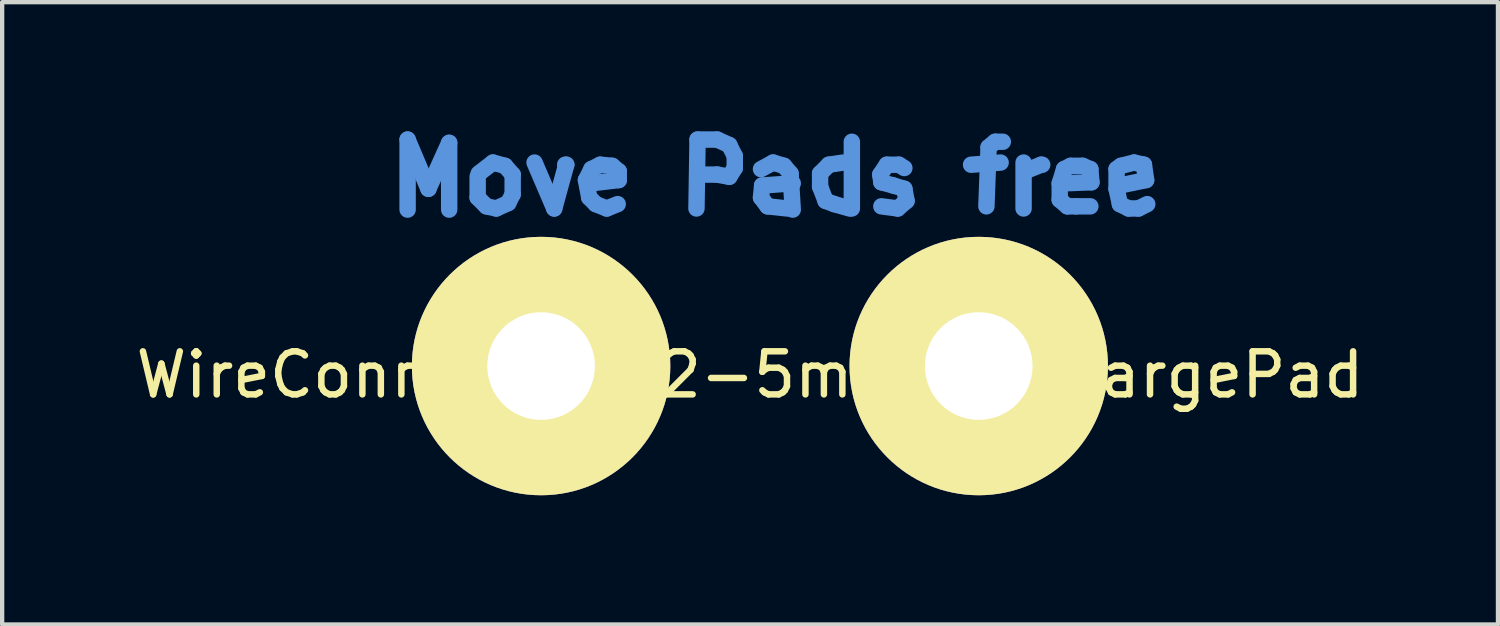
<source format=kicad_pcb>
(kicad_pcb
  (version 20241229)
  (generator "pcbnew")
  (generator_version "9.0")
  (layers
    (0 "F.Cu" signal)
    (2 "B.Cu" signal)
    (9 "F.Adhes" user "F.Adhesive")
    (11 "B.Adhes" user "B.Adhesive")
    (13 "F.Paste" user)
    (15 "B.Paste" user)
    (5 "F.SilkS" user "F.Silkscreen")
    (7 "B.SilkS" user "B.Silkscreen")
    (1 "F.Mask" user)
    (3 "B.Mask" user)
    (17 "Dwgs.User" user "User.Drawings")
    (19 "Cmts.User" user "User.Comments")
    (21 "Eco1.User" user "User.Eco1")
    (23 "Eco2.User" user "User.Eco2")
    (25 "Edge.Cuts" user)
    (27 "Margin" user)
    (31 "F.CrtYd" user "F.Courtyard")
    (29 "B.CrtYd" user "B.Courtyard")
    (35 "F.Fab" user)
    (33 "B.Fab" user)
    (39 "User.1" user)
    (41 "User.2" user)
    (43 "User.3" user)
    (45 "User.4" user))
  (footprint "WireConnection_2-5mmDrill_largePad"
    (layer "F.Cu")
    (at 14.592 5.448)
    (property "Reference" "WireConnection_2-5mmDrill_largePad" (at -0.229 0.203 0) (layer "F.SilkS") (effects (font (size 1 1) (thickness 0.15))))
    (attr through_hole)
    (fp_line (start -8.179 -5.258) (end -7.696 -4.115) (stroke (width 0.381) (type solid)) (layer "Cmts.User"))
    (fp_line (start -8.179 -3.632) (end -8.179 -5.258) (stroke (width 0.381) (type solid)) (layer "Cmts.User"))
    (fp_line (start -7.696 -4.115) (end -7.214 -5.182) (stroke (width 0.381) (type solid)) (layer "Cmts.User"))
    (fp_line (start -7.214 -5.182) (end -7.214 -3.632) (stroke (width 0.381) (type solid)) (layer "Cmts.User"))
    (fp_line (start -6.553 -4.394) (end -6.553 -3.912) (stroke (width 0.381) (type solid)) (layer "Cmts.User"))
    (fp_line (start -6.553 -3.912) (end -6.35 -3.708) (stroke (width 0.381) (type solid)) (layer "Cmts.User"))
    (fp_line (start -6.35 -3.708) (end -6.121 -3.658) (stroke (width 0.381) (type solid)) (layer "Cmts.User"))
    (fp_line (start -6.198 -4.724) (end -6.528 -4.47) (stroke (width 0.381) (type solid)) (layer "Cmts.User"))
    (fp_line (start -6.121 -3.658) (end -5.842 -3.785) (stroke (width 0.381) (type solid)) (layer "Cmts.User"))
    (fp_line (start -5.918 -4.648) (end -6.198 -4.724) (stroke (width 0.381) (type solid)) (layer "Cmts.User"))
    (fp_line (start -5.842 -3.785) (end -5.74 -3.988) (stroke (width 0.381) (type solid)) (layer "Cmts.User"))
    (fp_line (start -5.74 -4.445) (end -5.918 -4.648) (stroke (width 0.381) (type solid)) (layer "Cmts.User"))
    (fp_line (start -5.74 -3.988) (end -5.74 -4.445) (stroke (width 0.381) (type solid)) (layer "Cmts.User"))
    (fp_line (start -5.232 -4.724) (end -4.775 -3.658) (stroke (width 0.381) (type solid)) (layer "Cmts.User"))
    (fp_line (start -4.775 -3.658) (end -4.496 -4.674) (stroke (width 0.381) (type solid)) (layer "Cmts.User"))
    (fp_line (start -4.496 -4.674) (end -4.521 -4.674) (stroke (width 0.381) (type solid)) (layer "Cmts.User"))
    (fp_line (start -4.039 -4.318) (end -3.912 -4.572) (stroke (width 0.381) (type solid)) (layer "Cmts.User"))
    (fp_line (start -3.962 -3.912) (end -4.039 -4.318) (stroke (width 0.381) (type solid)) (layer "Cmts.User"))
    (fp_line (start -3.912 -4.572) (end -3.708 -4.674) (stroke (width 0.381) (type solid)) (layer "Cmts.User"))
    (fp_line (start -3.81 -3.759) (end -3.962 -3.912) (stroke (width 0.381) (type solid)) (layer "Cmts.User"))
    (fp_line (start -3.708 -4.674) (end -3.429 -4.648) (stroke (width 0.381) (type solid)) (layer "Cmts.User"))
    (fp_line (start -3.556 -3.658) (end -3.81 -3.759) (stroke (width 0.381) (type solid)) (layer "Cmts.User"))
    (fp_line (start -3.429 -4.648) (end -3.277 -4.521) (stroke (width 0.381) (type solid)) (layer "Cmts.User"))
    (fp_line (start -3.302 -3.759) (end -3.556 -3.658) (stroke (width 0.381) (type solid)) (layer "Cmts.User"))
    (fp_line (start -3.277 -4.521) (end -3.277 -4.318) (stroke (width 0.381) (type solid)) (layer "Cmts.User"))
    (fp_line (start -3.277 -4.318) (end -3.912 -4.242) (stroke (width 0.381) (type solid)) (layer "Cmts.User"))
    (fp_line (start -1.473 -3.658) (end -1.448 -5.258) (stroke (width 0.381) (type solid)) (layer "Cmts.User"))
    (fp_line (start -1.448 -5.258) (end -0.991 -5.258) (stroke (width 0.381) (type solid)) (layer "Cmts.User"))
    (fp_line (start -0.991 -5.258) (end -0.711 -5.131) (stroke (width 0.381) (type solid)) (layer "Cmts.User"))
    (fp_line (start -0.991 -4.445) (end -1.448 -4.445) (stroke (width 0.381) (type solid)) (layer "Cmts.User"))
    (fp_line (start -0.711 -5.131) (end -0.584 -4.877) (stroke (width 0.381) (type solid)) (layer "Cmts.User"))
    (fp_line (start -0.711 -4.394) (end -0.991 -4.445) (stroke (width 0.381) (type solid)) (layer "Cmts.User"))
    (fp_line (start -0.584 -4.877) (end -0.584 -4.597) (stroke (width 0.381) (type solid)) (layer "Cmts.User"))
    (fp_line (start -0.584 -4.597) (end -0.711 -4.394) (stroke (width 0.381) (type solid)) (layer "Cmts.User"))
    (fp_line (start 0.025 -4.572) (end 0.305 -4.724) (stroke (width 0.381) (type solid)) (layer "Cmts.User"))
    (fp_line (start 0.025 -3.912) (end 0.051 -4.191) (stroke (width 0.381) (type solid)) (layer "Cmts.User"))
    (fp_line (start 0.051 -4.191) (end 0.762 -4.242) (stroke (width 0.381) (type solid)) (layer "Cmts.User"))
    (fp_line (start 0.178 -3.708) (end 0.025 -3.912) (stroke (width 0.381) (type solid)) (layer "Cmts.User"))
    (fp_line (start 0.305 -4.724) (end 0.559 -4.648) (stroke (width 0.381) (type solid)) (layer "Cmts.User"))
    (fp_line (start 0.559 -4.648) (end 0.711 -4.47) (stroke (width 0.381) (type solid)) (layer "Cmts.User"))
    (fp_line (start 0.635 -3.658) (end 0.178 -3.708) (stroke (width 0.381) (type solid)) (layer "Cmts.User"))
    (fp_line (start 0.711 -4.47) (end 0.762 -3.632) (stroke (width 0.381) (type solid)) (layer "Cmts.User"))
    (fp_line (start 1.397 -4.47) (end 1.6 -4.674) (stroke (width 0.381) (type solid)) (layer "Cmts.User"))
    (fp_line (start 1.397 -4.166) (end 1.397 -4.47) (stroke (width 0.381) (type solid)) (layer "Cmts.User"))
    (fp_line (start 1.524 -3.835) (end 1.397 -4.166) (stroke (width 0.381) (type solid)) (layer "Cmts.User"))
    (fp_line (start 1.6 -4.674) (end 1.93 -4.724) (stroke (width 0.381) (type solid)) (layer "Cmts.User"))
    (fp_line (start 1.727 -3.759) (end 1.524 -3.835) (stroke (width 0.381) (type solid)) (layer "Cmts.User"))
    (fp_line (start 2.083 -3.658) (end 1.727 -3.759) (stroke (width 0.381) (type solid)) (layer "Cmts.User"))
    (fp_line (start 2.134 -5.207) (end 2.134 -3.658) (stroke (width 0.381) (type solid)) (layer "Cmts.User"))
    (fp_line (start 2.794 -4.445) (end 2.819 -4.267) (stroke (width 0.381) (type solid)) (layer "Cmts.User"))
    (fp_line (start 2.819 -4.267) (end 3.099 -4.191) (stroke (width 0.381) (type solid)) (layer "Cmts.User"))
    (fp_line (start 2.946 -4.674) (end 2.794 -4.445) (stroke (width 0.381) (type solid)) (layer "Cmts.User"))
    (fp_line (start 3.099 -4.191) (end 3.353 -4.115) (stroke (width 0.381) (type solid)) (layer "Cmts.User"))
    (fp_line (start 3.2 -3.658) (end 2.819 -3.708) (stroke (width 0.381) (type solid)) (layer "Cmts.User"))
    (fp_line (start 3.226 -4.674) (end 2.946 -4.674) (stroke (width 0.381) (type solid)) (layer "Cmts.User"))
    (fp_line (start 3.353 -4.597) (end 3.226 -4.674) (stroke (width 0.381) (type solid)) (layer "Cmts.User"))
    (fp_line (start 3.353 -4.115) (end 3.404 -3.835) (stroke (width 0.381) (type solid)) (layer "Cmts.User"))
    (fp_line (start 3.404 -3.835) (end 3.2 -3.658) (stroke (width 0.381) (type solid)) (layer "Cmts.User"))
    (fp_line (start 4.902 -4.674) (end 5.588 -4.724) (stroke (width 0.381) (type solid)) (layer "Cmts.User"))
    (fp_line (start 5.309 -5.08) (end 5.258 -3.708) (stroke (width 0.381) (type solid)) (layer "Cmts.User"))
    (fp_line (start 5.461 -5.207) (end 5.309 -5.08) (stroke (width 0.381) (type solid)) (layer "Cmts.User"))
    (fp_line (start 5.639 -5.207) (end 5.461 -5.207) (stroke (width 0.381) (type solid)) (layer "Cmts.User"))
    (fp_line (start 6.121 -4.724) (end 6.121 -3.658) (stroke (width 0.381) (type solid)) (layer "Cmts.User"))
    (fp_line (start 6.147 -4.521) (end 6.528 -4.674) (stroke (width 0.381) (type solid)) (layer "Cmts.User"))
    (fp_line (start 6.528 -4.674) (end 6.553 -4.674) (stroke (width 0.381) (type solid)) (layer "Cmts.User"))
    (fp_line (start 6.96 -4.242) (end 7.061 -4.572) (stroke (width 0.381) (type solid)) (layer "Cmts.User"))
    (fp_line (start 6.96 -3.861) (end 6.96 -4.242) (stroke (width 0.381) (type solid)) (layer "Cmts.User"))
    (fp_line (start 7.061 -4.572) (end 7.214 -4.648) (stroke (width 0.381) (type solid)) (layer "Cmts.User"))
    (fp_line (start 7.137 -3.708) (end 6.96 -3.861) (stroke (width 0.381) (type solid)) (layer "Cmts.User"))
    (fp_line (start 7.214 -4.648) (end 7.493 -4.648) (stroke (width 0.381) (type solid)) (layer "Cmts.User"))
    (fp_line (start 7.341 -3.708) (end 7.137 -3.708) (stroke (width 0.381) (type solid)) (layer "Cmts.User"))
    (fp_line (start 7.493 -4.648) (end 7.671 -4.572) (stroke (width 0.381) (type solid)) (layer "Cmts.User"))
    (fp_line (start 7.671 -4.572) (end 7.696 -4.267) (stroke (width 0.381) (type solid)) (layer "Cmts.User"))
    (fp_line (start 7.671 -3.708) (end 7.341 -3.708) (stroke (width 0.381) (type solid)) (layer "Cmts.User"))
    (fp_line (start 7.696 -4.267) (end 7.061 -4.242) (stroke (width 0.381) (type solid)) (layer "Cmts.User"))
    (fp_line (start 8.28 -4.572) (end 8.382 -4.648) (stroke (width 0.381) (type solid)) (layer "Cmts.User"))
    (fp_line (start 8.28 -4.115) (end 8.28 -4.572) (stroke (width 0.381) (type solid)) (layer "Cmts.User"))
    (fp_line (start 8.357 -4.191) (end 8.357 -4.242) (stroke (width 0.381) (type solid)) (layer "Cmts.User"))
    (fp_line (start 8.357 -3.759) (end 8.28 -4.115) (stroke (width 0.381) (type solid)) (layer "Cmts.User"))
    (fp_line (start 8.382 -4.648) (end 8.687 -4.724) (stroke (width 0.381) (type solid)) (layer "Cmts.User"))
    (fp_line (start 8.56 -3.658) (end 8.357 -3.759) (stroke (width 0.381) (type solid)) (layer "Cmts.User"))
    (fp_line (start 8.687 -4.724) (end 8.915 -4.674) (stroke (width 0.381) (type solid)) (layer "Cmts.User"))
    (fp_line (start 8.788 -3.658) (end 8.56 -3.658) (stroke (width 0.381) (type solid)) (layer "Cmts.User"))
    (fp_line (start 8.915 -4.674) (end 8.966 -4.318) (stroke (width 0.381) (type solid)) (layer "Cmts.User"))
    (fp_line (start 8.966 -4.318) (end 8.357 -4.191) (stroke (width 0.381) (type solid)) (layer "Cmts.User"))
    (fp_line (start 8.992 -3.759) (end 8.788 -3.658) (stroke (width 0.381) (type solid)) (layer "Cmts.User"))
    (pad "1" thru_hole circle (at -5.08 0) (size 5.999 5.999) (drill 2.499) (layers "*.Cu" "*.Mask" "F.SilkS"))
    (pad "2" thru_hole circle (at 5.08 0) (size 5.999 5.999) (drill 2.499) (layers "*.Cu" "*.Mask" "F.SilkS")))
  (gr_rect
    (start -3 -3)
    (end 31.726 11.448)
    (stroke (width 0.1) (type default))
    (fill no)
    (layer "Edge.Cuts")))
</source>
